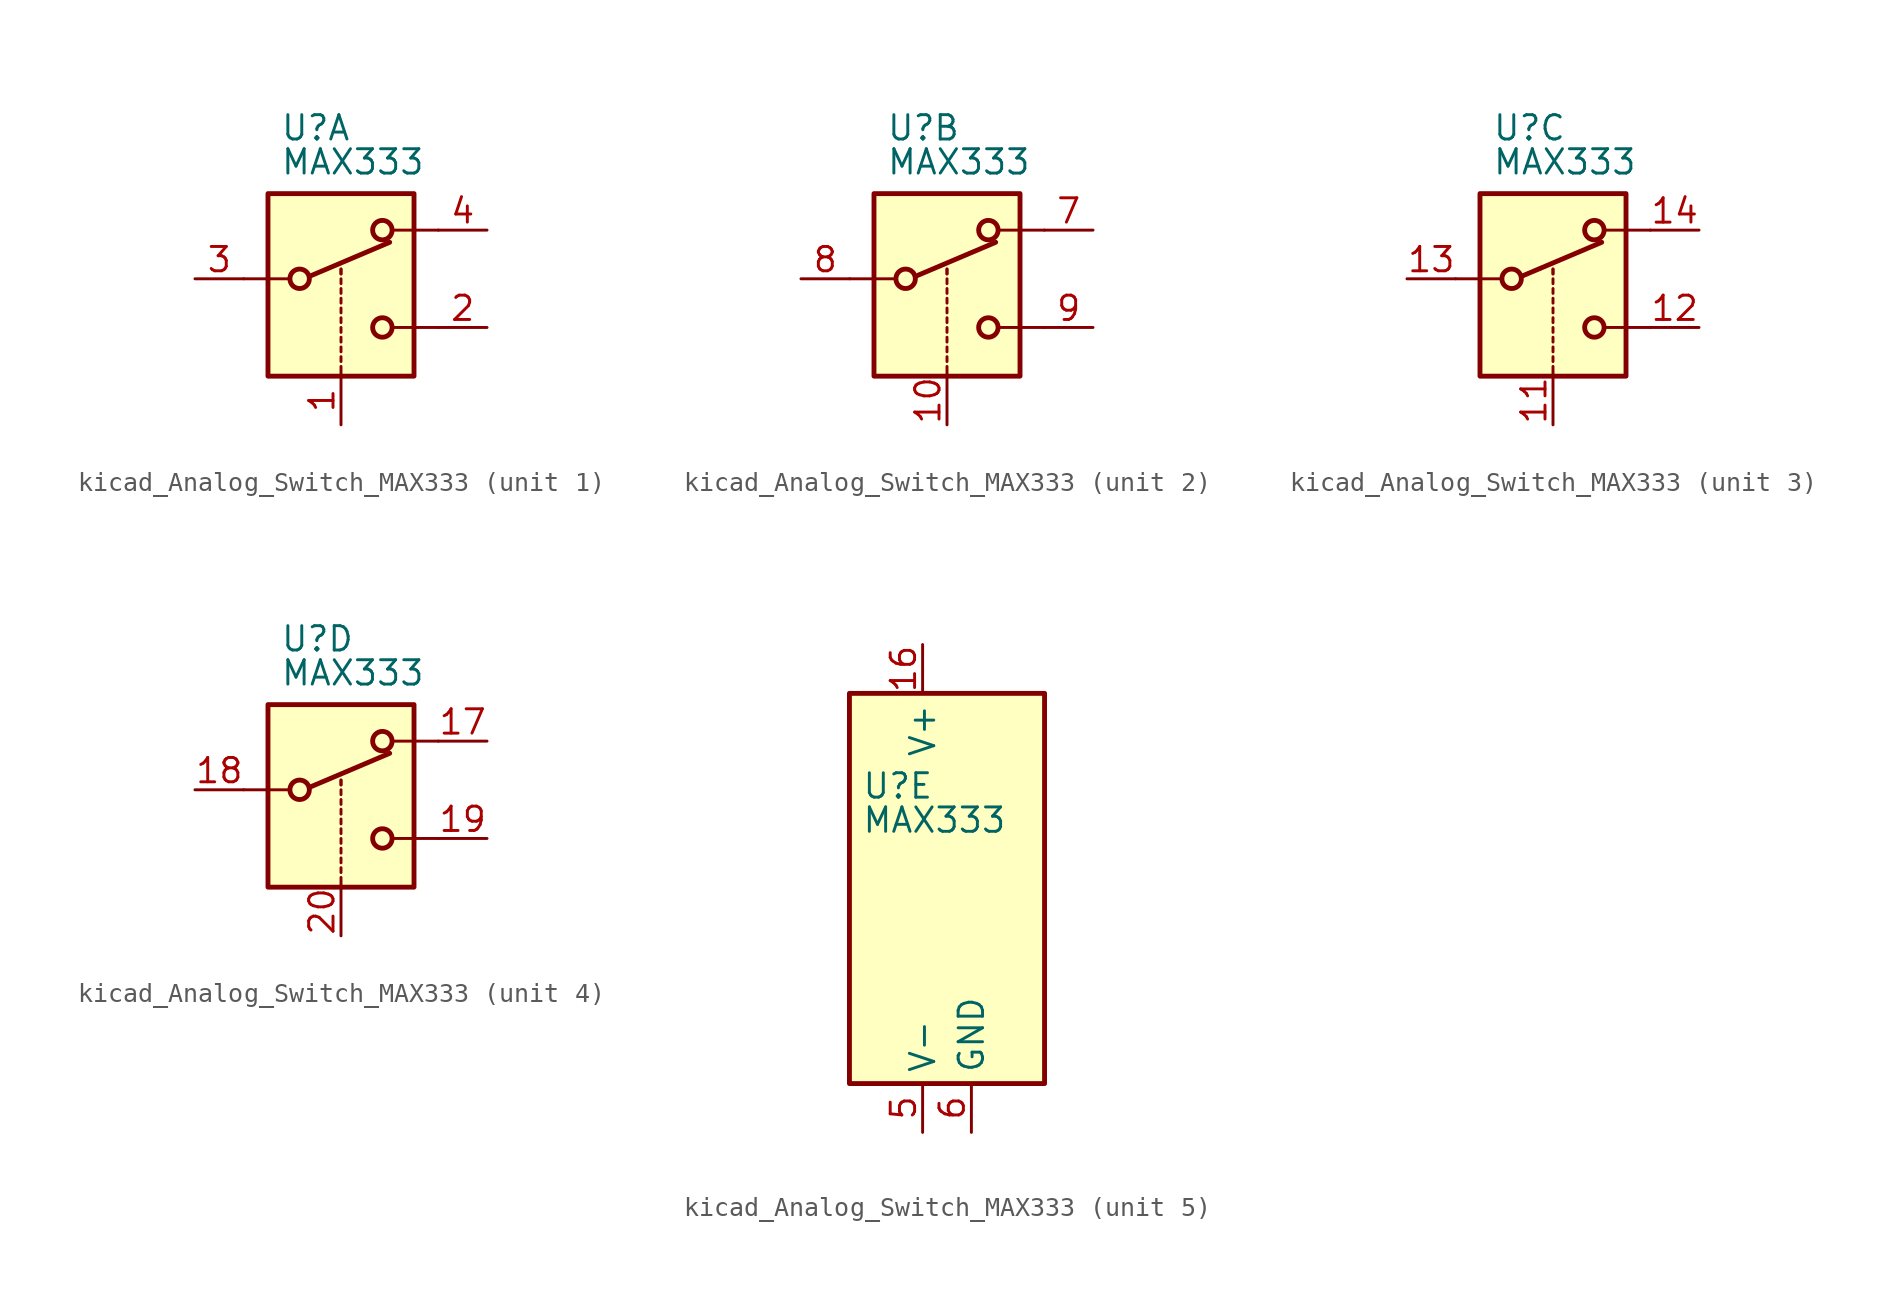
<source format=kicad_sym>
(kicad_symbol_lib
  (version 20220914)
  (generator kicad_symbol_editor)
  (symbol "kicad_Analog_Switch_MAX333"
    (property "Reference" "U"
      (at -3.175 5.334 0)
      (effects (font (size 1.27 1.27)) (justify left)))
    (property "Value" "MAX333"
      (at -3.175 3.556 0)
      (effects (font (size 1.27 1.27)) (justify left)))
    (symbol "kicad_Analog_Switch_MAX333_1_1"
      (rectangle (start -3.81 1.905) (end 3.81 -7.62) (stroke (width 0.254) (type default)) (fill (type background)))
      (circle (center -2.159 -2.54) (radius 0.508) (stroke (width 0.254) (type default)) (fill (type none)))
      (polyline (pts (xy -5.08 -2.54) (xy -2.794 -2.54)) (stroke (width 0) (type default)) (fill (type none)))
      (polyline (pts (xy -1.651 -2.413) (xy 2.54 -0.635)) (stroke (width 0.254) (type default)) (fill (type none)))
      (polyline (pts (xy 0 -7.62) (xy 0 -7.112)) (stroke (width 0) (type default)) (fill (type none)))
      (polyline (pts (xy 0 -6.858) (xy 0 -6.604)) (stroke (width 0) (type default)) (fill (type none)))
      (polyline (pts (xy 0 -6.35) (xy 0 -6.096)) (stroke (width 0) (type default)) (fill (type none)))
      (polyline (pts (xy 0 -5.842) (xy 0 -5.588)) (stroke (width 0) (type default)) (fill (type none)))
      (polyline (pts (xy 0 -5.334) (xy 0 -5.08)) (stroke (width 0) (type default)) (fill (type none)))
      (polyline (pts (xy 0 -4.826) (xy 0 -4.572)) (stroke (width 0) (type default)) (fill (type none)))
      (polyline (pts (xy 0 -4.318) (xy 0 -4.064)) (stroke (width 0) (type default)) (fill (type none)))
      (polyline (pts (xy 0 -3.81) (xy 0 -3.556)) (stroke (width 0) (type default)) (fill (type none)))
      (polyline (pts (xy 0 -3.302) (xy 0 -3.048)) (stroke (width 0) (type default)) (fill (type none)))
      (polyline (pts (xy 0 -2.794) (xy 0 -2.54)) (stroke (width 0) (type default)) (fill (type none)))
      (polyline (pts (xy 0 -2.286) (xy 0 -2.032)) (stroke (width 0) (type default)) (fill (type none)))
      (polyline (pts (xy 0 -2.286) (xy 0 -2.032)) (stroke (width 0) (type default)) (fill (type none)))
      (polyline (pts (xy 5.08 -5.08) (xy 2.794 -5.08)) (stroke (width 0) (type default)) (fill (type none)))
      (polyline (pts (xy 5.08 0) (xy 2.794 0)) (stroke (width 0) (type default)) (fill (type none)))
      (circle (center 2.159 -5.08) (radius 0.508) (stroke (width 0.254) (type default)) (fill (type none)))
      (circle (center 2.159 0) (radius 0.508) (stroke (width 0.254) (type default)) (fill (type none)))
      (pin input line (at 0 -10.16 90) (length 2.54) (name "~" (effects (font (size 1.27 1.27)))) (number "1" (effects (font (size 1.27 1.27)))))
      (pin passive line (at 7.62 -5.08 180) (length 2.54) (name "~" (effects (font (size 1.27 1.27)))) (number "2" (effects (font (size 1.27 1.27)))))
      (pin passive line (at -7.62 -2.54 0) (length 2.54) (name "~" (effects (font (size 1.27 1.27)))) (number "3" (effects (font (size 1.27 1.27)))))
      (pin passive line (at 7.62 0 180) (length 2.54) (name "~" (effects (font (size 1.27 1.27)))) (number "4" (effects (font (size 1.27 1.27))))))
    (symbol "kicad_Analog_Switch_MAX333_2_1"
      (rectangle (start -3.81 1.905) (end 3.81 -7.62) (stroke (width 0.254) (type default)) (fill (type background)))
      (circle (center -2.159 -2.54) (radius 0.508) (stroke (width 0.254) (type default)) (fill (type none)))
      (polyline (pts (xy -5.08 -2.54) (xy -2.794 -2.54)) (stroke (width 0) (type default)) (fill (type none)))
      (polyline (pts (xy -1.651 -2.413) (xy 2.54 -0.635)) (stroke (width 0.254) (type default)) (fill (type none)))
      (polyline (pts (xy 0 -7.62) (xy 0 -7.112)) (stroke (width 0) (type default)) (fill (type none)))
      (polyline (pts (xy 0 -6.858) (xy 0 -6.604)) (stroke (width 0) (type default)) (fill (type none)))
      (polyline (pts (xy 0 -6.35) (xy 0 -6.096)) (stroke (width 0) (type default)) (fill (type none)))
      (polyline (pts (xy 0 -5.842) (xy 0 -5.588)) (stroke (width 0) (type default)) (fill (type none)))
      (polyline (pts (xy 0 -5.334) (xy 0 -5.08)) (stroke (width 0) (type default)) (fill (type none)))
      (polyline (pts (xy 0 -4.826) (xy 0 -4.572)) (stroke (width 0) (type default)) (fill (type none)))
      (polyline (pts (xy 0 -4.318) (xy 0 -4.064)) (stroke (width 0) (type default)) (fill (type none)))
      (polyline (pts (xy 0 -3.81) (xy 0 -3.556)) (stroke (width 0) (type default)) (fill (type none)))
      (polyline (pts (xy 0 -3.302) (xy 0 -3.048)) (stroke (width 0) (type default)) (fill (type none)))
      (polyline (pts (xy 0 -2.794) (xy 0 -2.54)) (stroke (width 0) (type default)) (fill (type none)))
      (polyline (pts (xy 0 -2.286) (xy 0 -2.032)) (stroke (width 0) (type default)) (fill (type none)))
      (polyline (pts (xy 0 -2.286) (xy 0 -2.032)) (stroke (width 0) (type default)) (fill (type none)))
      (polyline (pts (xy 5.08 -5.08) (xy 2.794 -5.08)) (stroke (width 0) (type default)) (fill (type none)))
      (polyline (pts (xy 5.08 0) (xy 2.794 0)) (stroke (width 0) (type default)) (fill (type none)))
      (circle (center 2.159 -5.08) (radius 0.508) (stroke (width 0.254) (type default)) (fill (type none)))
      (circle (center 2.159 0) (radius 0.508) (stroke (width 0.254) (type default)) (fill (type none)))
      (pin input line (at 0 -10.16 90) (length 2.54) (name "~" (effects (font (size 1.27 1.27)))) (number "10" (effects (font (size 1.27 1.27)))))
      (pin passive line (at 7.62 0 180) (length 2.54) (name "~" (effects (font (size 1.27 1.27)))) (number "7" (effects (font (size 1.27 1.27)))))
      (pin passive line (at -7.62 -2.54 0) (length 2.54) (name "~" (effects (font (size 1.27 1.27)))) (number "8" (effects (font (size 1.27 1.27)))))
      (pin passive line (at 7.62 -5.08 180) (length 2.54) (name "~" (effects (font (size 1.27 1.27)))) (number "9" (effects (font (size 1.27 1.27))))))
    (symbol "kicad_Analog_Switch_MAX333_3_1"
      (rectangle (start -3.81 1.905) (end 3.81 -7.62) (stroke (width 0.254) (type default)) (fill (type background)))
      (circle (center -2.159 -2.54) (radius 0.508) (stroke (width 0.254) (type default)) (fill (type none)))
      (polyline (pts (xy -5.08 -2.54) (xy -2.794 -2.54)) (stroke (width 0) (type default)) (fill (type none)))
      (polyline (pts (xy -1.651 -2.413) (xy 2.54 -0.635)) (stroke (width 0.254) (type default)) (fill (type none)))
      (polyline (pts (xy 0 -7.62) (xy 0 -7.112)) (stroke (width 0) (type default)) (fill (type none)))
      (polyline (pts (xy 0 -6.858) (xy 0 -6.604)) (stroke (width 0) (type default)) (fill (type none)))
      (polyline (pts (xy 0 -6.35) (xy 0 -6.096)) (stroke (width 0) (type default)) (fill (type none)))
      (polyline (pts (xy 0 -5.842) (xy 0 -5.588)) (stroke (width 0) (type default)) (fill (type none)))
      (polyline (pts (xy 0 -5.334) (xy 0 -5.08)) (stroke (width 0) (type default)) (fill (type none)))
      (polyline (pts (xy 0 -4.826) (xy 0 -4.572)) (stroke (width 0) (type default)) (fill (type none)))
      (polyline (pts (xy 0 -4.318) (xy 0 -4.064)) (stroke (width 0) (type default)) (fill (type none)))
      (polyline (pts (xy 0 -3.81) (xy 0 -3.556)) (stroke (width 0) (type default)) (fill (type none)))
      (polyline (pts (xy 0 -3.302) (xy 0 -3.048)) (stroke (width 0) (type default)) (fill (type none)))
      (polyline (pts (xy 0 -2.794) (xy 0 -2.54)) (stroke (width 0) (type default)) (fill (type none)))
      (polyline (pts (xy 0 -2.286) (xy 0 -2.032)) (stroke (width 0) (type default)) (fill (type none)))
      (polyline (pts (xy 0 -2.286) (xy 0 -2.032)) (stroke (width 0) (type default)) (fill (type none)))
      (polyline (pts (xy 5.08 -5.08) (xy 2.794 -5.08)) (stroke (width 0) (type default)) (fill (type none)))
      (polyline (pts (xy 5.08 0) (xy 2.794 0)) (stroke (width 0) (type default)) (fill (type none)))
      (circle (center 2.159 -5.08) (radius 0.508) (stroke (width 0.254) (type default)) (fill (type none)))
      (circle (center 2.159 0) (radius 0.508) (stroke (width 0.254) (type default)) (fill (type none)))
      (pin input line (at 0 -10.16 90) (length 2.54) (name "~" (effects (font (size 1.27 1.27)))) (number "11" (effects (font (size 1.27 1.27)))))
      (pin passive line (at 7.62 -5.08 180) (length 2.54) (name "~" (effects (font (size 1.27 1.27)))) (number "12" (effects (font (size 1.27 1.27)))))
      (pin passive line (at -7.62 -2.54 0) (length 2.54) (name "~" (effects (font (size 1.27 1.27)))) (number "13" (effects (font (size 1.27 1.27)))))
      (pin passive line (at 7.62 0 180) (length 2.54) (name "~" (effects (font (size 1.27 1.27)))) (number "14" (effects (font (size 1.27 1.27))))))
    (symbol "kicad_Analog_Switch_MAX333_4_1"
      (rectangle (start -3.81 1.905) (end 3.81 -7.62) (stroke (width 0.254) (type default)) (fill (type background)))
      (circle (center -2.159 -2.54) (radius 0.508) (stroke (width 0.254) (type default)) (fill (type none)))
      (polyline (pts (xy -5.08 -2.54) (xy -2.794 -2.54)) (stroke (width 0) (type default)) (fill (type none)))
      (polyline (pts (xy -1.651 -2.413) (xy 2.54 -0.635)) (stroke (width 0.254) (type default)) (fill (type none)))
      (polyline (pts (xy 0 -7.62) (xy 0 -7.112)) (stroke (width 0) (type default)) (fill (type none)))
      (polyline (pts (xy 0 -6.858) (xy 0 -6.604)) (stroke (width 0) (type default)) (fill (type none)))
      (polyline (pts (xy 0 -6.35) (xy 0 -6.096)) (stroke (width 0) (type default)) (fill (type none)))
      (polyline (pts (xy 0 -5.842) (xy 0 -5.588)) (stroke (width 0) (type default)) (fill (type none)))
      (polyline (pts (xy 0 -5.334) (xy 0 -5.08)) (stroke (width 0) (type default)) (fill (type none)))
      (polyline (pts (xy 0 -4.826) (xy 0 -4.572)) (stroke (width 0) (type default)) (fill (type none)))
      (polyline (pts (xy 0 -4.318) (xy 0 -4.064)) (stroke (width 0) (type default)) (fill (type none)))
      (polyline (pts (xy 0 -3.81) (xy 0 -3.556)) (stroke (width 0) (type default)) (fill (type none)))
      (polyline (pts (xy 0 -3.302) (xy 0 -3.048)) (stroke (width 0) (type default)) (fill (type none)))
      (polyline (pts (xy 0 -2.794) (xy 0 -2.54)) (stroke (width 0) (type default)) (fill (type none)))
      (polyline (pts (xy 0 -2.286) (xy 0 -2.032)) (stroke (width 0) (type default)) (fill (type none)))
      (polyline (pts (xy 0 -2.286) (xy 0 -2.032)) (stroke (width 0) (type default)) (fill (type none)))
      (polyline (pts (xy 5.08 -5.08) (xy 2.794 -5.08)) (stroke (width 0) (type default)) (fill (type none)))
      (polyline (pts (xy 5.08 0) (xy 2.794 0)) (stroke (width 0) (type default)) (fill (type none)))
      (circle (center 2.159 -5.08) (radius 0.508) (stroke (width 0.254) (type default)) (fill (type none)))
      (circle (center 2.159 0) (radius 0.508) (stroke (width 0.254) (type default)) (fill (type none)))
      (pin passive line (at 7.62 0 180) (length 2.54) (name "~" (effects (font (size 1.27 1.27)))) (number "17" (effects (font (size 1.27 1.27)))))
      (pin passive line (at -7.62 -2.54 0) (length 2.54) (name "~" (effects (font (size 1.27 1.27)))) (number "18" (effects (font (size 1.27 1.27)))))
      (pin passive line (at 7.62 -5.08 180) (length 2.54) (name "~" (effects (font (size 1.27 1.27)))) (number "19" (effects (font (size 1.27 1.27)))))
      (pin input line (at 0 -10.16 90) (length 2.54) (name "~" (effects (font (size 1.27 1.27)))) (number "20" (effects (font (size 1.27 1.27))))))
    (symbol "kicad_Analog_Switch_MAX333_5_0"
      (pin no_connect line (at 2.54 10.16 270) (length 2.54) hide (name "NC" (effects (font (size 1.27 1.27)))) (number "15" (effects (font (size 1.27 1.27)))))
      (pin power_in line (at 0 12.7 270) (length 2.54) (name "V+" (effects (font (size 1.27 1.27)))) (number "16" (effects (font (size 1.27 1.27)))))
      (pin power_in line (at 0 -12.7 90) (length 2.54) (name "V-" (effects (font (size 1.27 1.27)))) (number "5" (effects (font (size 1.27 1.27)))))
      (pin power_in line (at 2.54 -12.7 90) (length 2.54) (name "GND" (effects (font (size 1.27 1.27)))) (number "6" (effects (font (size 1.27 1.27))))))
    (symbol "kicad_Analog_Switch_MAX333_5_1"
      (rectangle (start -3.81 10.16) (end 6.35 -10.16) (stroke (width 0.254) (type default)) (fill (type background))))))
</source>
